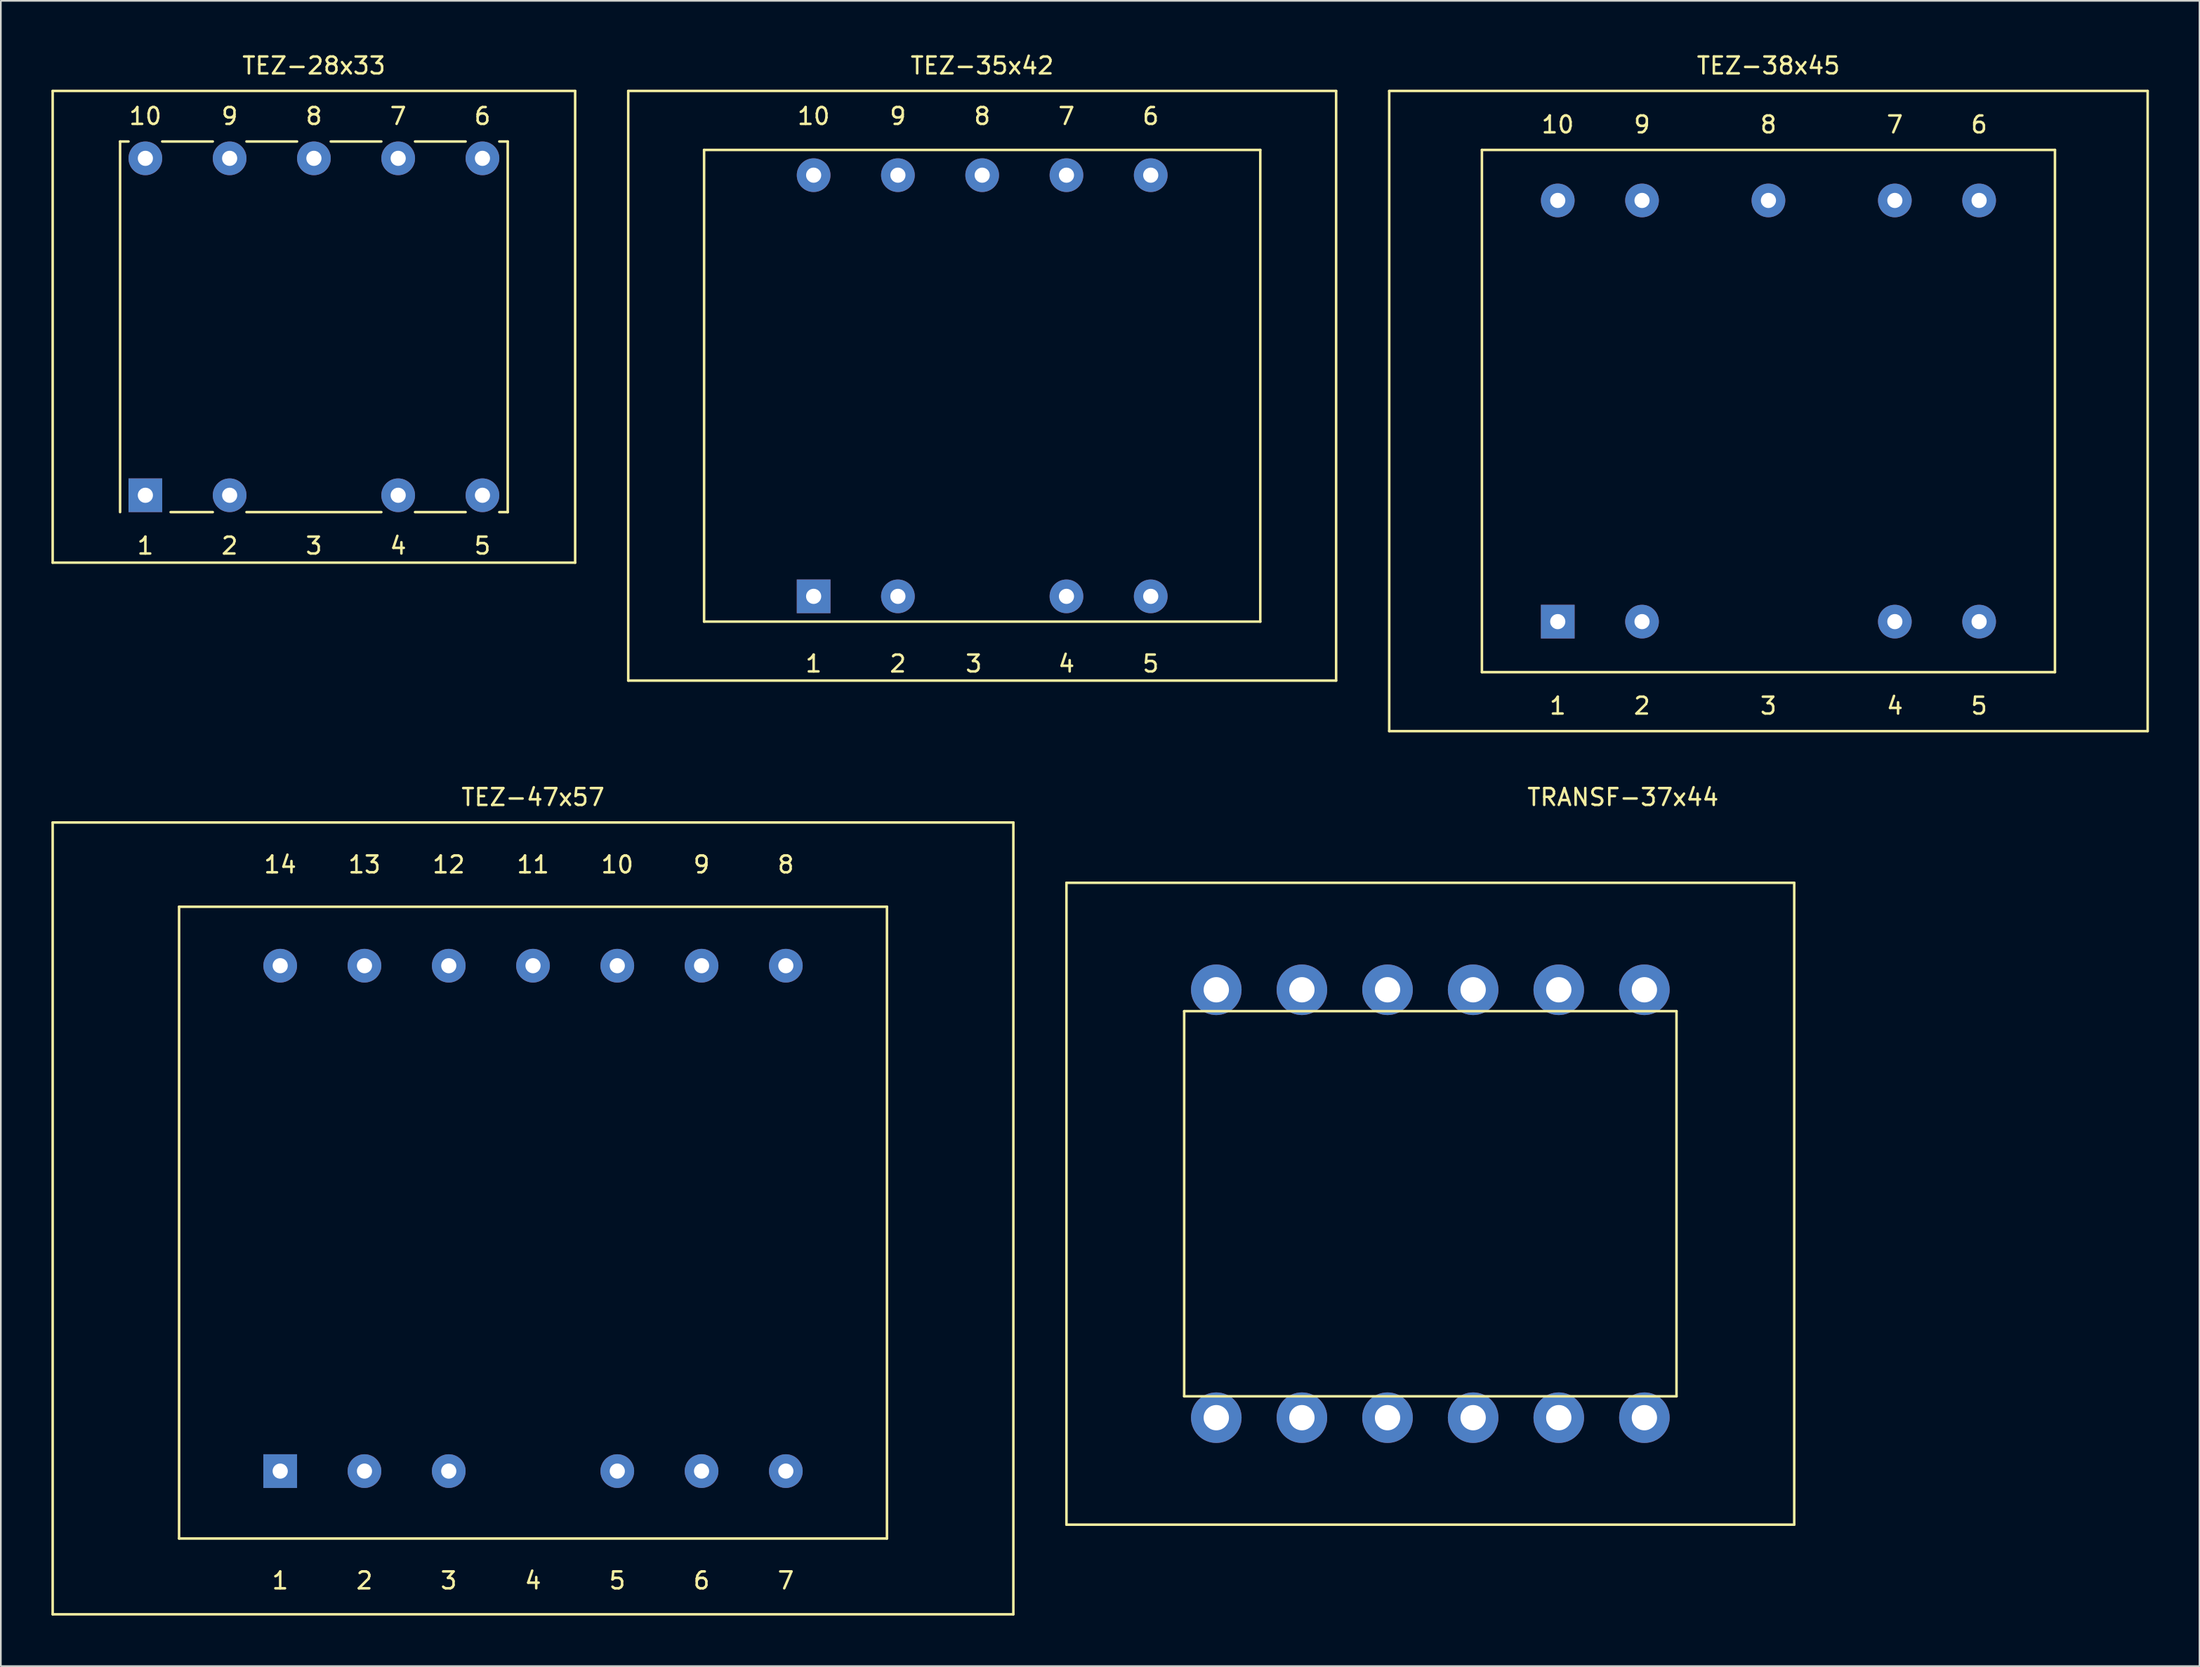
<source format=kicad_pcb>
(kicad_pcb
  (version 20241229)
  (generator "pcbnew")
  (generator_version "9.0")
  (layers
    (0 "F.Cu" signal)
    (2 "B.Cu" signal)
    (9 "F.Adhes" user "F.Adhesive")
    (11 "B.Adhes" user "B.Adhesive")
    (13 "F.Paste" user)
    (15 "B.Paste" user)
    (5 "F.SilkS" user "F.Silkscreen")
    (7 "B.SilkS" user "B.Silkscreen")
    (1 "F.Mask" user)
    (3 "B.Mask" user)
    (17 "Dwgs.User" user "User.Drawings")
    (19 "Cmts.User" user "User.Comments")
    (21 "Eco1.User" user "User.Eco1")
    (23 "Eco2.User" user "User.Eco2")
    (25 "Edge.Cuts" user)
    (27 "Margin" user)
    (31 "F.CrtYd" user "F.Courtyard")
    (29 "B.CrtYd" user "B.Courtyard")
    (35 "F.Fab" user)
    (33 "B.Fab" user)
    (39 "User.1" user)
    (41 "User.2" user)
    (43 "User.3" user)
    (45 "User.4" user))
  (footprint "TRANSF-37x44"
    (layer "F.Cu")
    (at 81.815 68.401)
    (property "Reference" "TRANSF-37x44" (at 11.43 -24.13 0) (layer "F.SilkS") (effects (font (size 1 1) (thickness 0.15))))
    (attr through_hole)
    (fp_line (start -21.59 -19.05) (end 21.59 -19.05) (stroke (width 0.15) (type solid)) (layer "F.SilkS"))
    (fp_line (start -21.59 19.05) (end -21.59 -19.05) (stroke (width 0.15) (type solid)) (layer "F.SilkS"))
    (fp_line (start -14.605 -11.43) (end 14.605 -11.43) (stroke (width 0.15) (type solid)) (layer "F.SilkS"))
    (fp_line (start -14.605 11.43) (end -14.605 -11.43) (stroke (width 0.15) (type solid)) (layer "F.SilkS"))
    (fp_line (start 14.605 -11.43) (end 14.605 11.43) (stroke (width 0.15) (type solid)) (layer "F.SilkS"))
    (fp_line (start 14.605 11.43) (end -14.605 11.43) (stroke (width 0.15) (type solid)) (layer "F.SilkS"))
    (fp_line (start 21.59 -19.05) (end 21.59 19.05) (stroke (width 0.15) (type solid)) (layer "F.SilkS"))
    (fp_line (start 21.59 19.05) (end -21.59 19.05) (stroke (width 0.15) (type solid)) (layer "F.SilkS"))
    (pad "" thru_hole circle (at -12.7 -12.7) (size 3 3) (drill 1.501) (layers "*.Cu" "*.Mask"))
    (pad "" thru_hole circle (at -7.62 12.7) (size 3 3) (drill 1.501) (layers "*.Cu" "*.Mask"))
    (pad "" thru_hole circle (at -2.54 -12.7) (size 3 3) (drill 1.501) (layers "*.Cu" "*.Mask"))
    (pad "" thru_hole circle (at 2.54 -12.7) (size 3 3) (drill 1.501) (layers "*.Cu" "*.Mask"))
    (pad "" thru_hole circle (at 2.54 12.7) (size 3 3) (drill 1.501) (layers "*.Cu" "*.Mask"))
    (pad "" thru_hole circle (at 7.62 -12.7) (size 3 3) (drill 1.501) (layers "*.Cu" "*.Mask"))
    (pad "" thru_hole circle (at 7.62 12.7) (size 3 3) (drill 1.501) (layers "*.Cu" "*.Mask"))
    (pad "" thru_hole circle (at 12.7 12.7) (size 3 3) (drill 1.501) (layers "*.Cu" "*.Mask"))
    (pad "1" thru_hole circle (at -7.62 -12.7) (size 3 3) (drill 1.501) (layers "*.Cu" "*.Mask"))
    (pad "2" thru_hole circle (at 12.7 -12.7) (size 3 3) (drill 1.501) (layers "*.Cu" "*.Mask"))
    (pad "3" thru_hole circle (at -2.54 12.7) (size 3 3) (drill 1.501) (layers "*.Cu" "*.Mask"))
    (pad "4" thru_hole circle (at -12.7 12.7) (size 3 3) (drill 1.501) (layers "*.Cu" "*.Mask")))
  (footprint "TEZ-38x45"
    (layer "F.Cu")
    (at 101.875 21.348)
    (property "Reference" "TEZ-38x45" (at 0 -20.5 0) (layer "F.SilkS") (effects (font (size 1 1) (thickness 0.15))))
    (attr through_hole)
    (fp_line (start -22.5 -19) (end 22.5 -19) (stroke (width 0.15) (type solid)) (layer "F.SilkS"))
    (fp_line (start -22.5 19) (end -22.5 -19) (stroke (width 0.15) (type solid)) (layer "F.SilkS"))
    (fp_line (start -17 -15.5) (end 17 -15.5) (stroke (width 0.15) (type solid)) (layer "F.SilkS"))
    (fp_line (start -17 15.5) (end -17 -15.5) (stroke (width 0.15) (type solid)) (layer "F.SilkS"))
    (fp_line (start 17 -15.5) (end 17 15.5) (stroke (width 0.15) (type solid)) (layer "F.SilkS"))
    (fp_line (start 17 15.5) (end -17 15.5) (stroke (width 0.15) (type solid)) (layer "F.SilkS"))
    (fp_line (start 22.5 -19) (end 22.5 19) (stroke (width 0.15) (type solid)) (layer "F.SilkS"))
    (fp_line (start 22.5 19) (end -22.5 19) (stroke (width 0.15) (type solid)) (layer "F.SilkS"))
    (fp_text user "9" (at -7.5 -17 0) (layer "F.SilkS") (effects (font (size 1 1) (thickness 0.15))))
    (fp_text user "7" (at 7.5 -17 0) (layer "F.SilkS") (effects (font (size 1 1) (thickness 0.15))))
    (fp_text user "6" (at 12.5 -17 0) (layer "F.SilkS") (effects (font (size 1 1) (thickness 0.15))))
    (fp_text user "8" (at 0 -17 0) (layer "F.SilkS") (effects (font (size 1 1) (thickness 0.15))))
    (fp_text user "10" (at -12.5 -17 0) (layer "F.SilkS") (effects (font (size 1 1) (thickness 0.15))))
    (fp_text user "4" (at 7.5 17.5 0) (layer "F.SilkS") (effects (font (size 1 1) (thickness 0.15))))
    (fp_text user "5" (at 12.5 17.5 0) (layer "F.SilkS") (effects (font (size 1 1) (thickness 0.15))))
    (fp_text user "2" (at -7.5 17.5 0) (layer "F.SilkS") (effects (font (size 1 1) (thickness 0.15))))
    (fp_text user "3" (at 0 17.5 0) (layer "F.SilkS") (effects (font (size 1 1) (thickness 0.15))))
    (fp_text user "1" (at -12.5 17.5 0) (layer "F.SilkS") (effects (font (size 1 1) (thickness 0.15))))
    (pad "1" thru_hole rect (at -12.5 12.5) (size 2 2) (drill 0.9) (layers "*.Cu" "*.Mask"))
    (pad "2" thru_hole circle (at -7.5 12.5) (size 2 2) (drill 0.9) (layers "*.Cu" "*.Mask"))
    (pad "4" thru_hole circle (at 7.5 12.5) (size 2 2) (drill 0.9) (layers "*.Cu" "*.Mask"))
    (pad "5" thru_hole circle (at 12.5 12.5) (size 2 2) (drill 0.9) (layers "*.Cu" "*.Mask"))
    (pad "6" thru_hole circle (at 12.5 -12.5) (size 2 2) (drill 0.9) (layers "*.Cu" "*.Mask"))
    (pad "7" thru_hole circle (at 7.5 -12.5) (size 2 2) (drill 0.9) (layers "*.Cu" "*.Mask"))
    (pad "8" thru_hole circle (at 0 -12.5) (size 2 2) (drill 0.9) (layers "*.Cu" "*.Mask"))
    (pad "9" thru_hole circle (at -7.5 -12.5) (size 2 2) (drill 0.9) (layers "*.Cu" "*.Mask"))
    (pad "10" thru_hole circle (at -12.5 -12.5) (size 2 2) (drill 0.9) (layers "*.Cu" "*.Mask")))
  (footprint "TEZ-35x42"
    (layer "F.Cu")
    (at 55.225 19.848)
    (property "Reference" "TEZ-35x42" (at 0 -19 0) (layer "F.SilkS") (effects (font (size 1 1) (thickness 0.15))))
    (attr through_hole)
    (fp_line (start -21 -17.5) (end 21 -17.5) (stroke (width 0.15) (type solid)) (layer "F.SilkS"))
    (fp_line (start -21 17.5) (end -21 -17.5) (stroke (width 0.15) (type solid)) (layer "F.SilkS"))
    (fp_line (start -16.5 -14) (end 16.5 -14) (stroke (width 0.15) (type solid)) (layer "F.SilkS"))
    (fp_line (start -16.5 14) (end -16.5 -14) (stroke (width 0.15) (type solid)) (layer "F.SilkS"))
    (fp_line (start 16.5 -14) (end 16.5 14) (stroke (width 0.15) (type solid)) (layer "F.SilkS"))
    (fp_line (start 16.5 14) (end -16.5 14) (stroke (width 0.15) (type solid)) (layer "F.SilkS"))
    (fp_line (start 21 -17.5) (end 21 17.5) (stroke (width 0.15) (type solid)) (layer "F.SilkS"))
    (fp_line (start 21 17.5) (end -21 17.5) (stroke (width 0.15) (type solid)) (layer "F.SilkS"))
    (fp_text user "10" (at -10 -16 0) (layer "F.SilkS") (effects (font (size 1 1) (thickness 0.15))))
    (fp_text user "6" (at 10 -16 0) (layer "F.SilkS") (effects (font (size 1 1) (thickness 0.15))))
    (fp_text user "3" (at -0.5 16.5 0) (layer "F.SilkS") (effects (font (size 1 1) (thickness 0.15))))
    (fp_text user "1" (at -10 16.5 0) (layer "F.SilkS") (effects (font (size 1 1) (thickness 0.15))))
    (fp_text user "5" (at 10 16.5 0) (layer "F.SilkS") (effects (font (size 1 1) (thickness 0.15))))
    (fp_text user "2" (at -5 16.5 0) (layer "F.SilkS") (effects (font (size 1 1) (thickness 0.15))))
    (fp_text user "7" (at 5 -16 0) (layer "F.SilkS") (effects (font (size 1 1) (thickness 0.15))))
    (fp_text user "8" (at 0 -16 0) (layer "F.SilkS") (effects (font (size 1 1) (thickness 0.15))))
    (fp_text user "9" (at -5 -16 0) (layer "F.SilkS") (effects (font (size 1 1) (thickness 0.15))))
    (fp_text user "4" (at 5 16.5 0) (layer "F.SilkS") (effects (font (size 1 1) (thickness 0.15))))
    (pad "1" thru_hole rect (at -10 12.5) (size 2 2) (drill 0.9) (layers "*.Cu" "*.Mask"))
    (pad "2" thru_hole circle (at -5 12.5) (size 2 2) (drill 0.9) (layers "*.Cu" "*.Mask"))
    (pad "4" thru_hole circle (at 5 12.5) (size 2 2) (drill 0.9) (layers "*.Cu" "*.Mask"))
    (pad "5" thru_hole circle (at 10 12.5) (size 2 2) (drill 0.9) (layers "*.Cu" "*.Mask"))
    (pad "6" thru_hole circle (at 10 -12.5) (size 2 2) (drill 0.9) (layers "*.Cu" "*.Mask"))
    (pad "7" thru_hole circle (at 5 -12.5) (size 2 2) (drill 0.9) (layers "*.Cu" "*.Mask"))
    (pad "8" thru_hole circle (at 0 -12.5) (size 2 2) (drill 0.9) (layers "*.Cu" "*.Mask"))
    (pad "9" thru_hole circle (at -5 -12.5) (size 2 2) (drill 0.9) (layers "*.Cu" "*.Mask"))
    (pad "10" thru_hole circle (at -10 -12.5) (size 2 2) (drill 0.9) (layers "*.Cu" "*.Mask")))
  (footprint "TEZ-28x33"
    (layer "F.Cu")
    (at 15.575 16.348)
    (property "Reference" "TEZ-28x33" (at 0 -15.5 0) (layer "F.SilkS") (effects (font (size 1 1) (thickness 0.15))))
    (attr through_hole)
    (fp_line (start -15.5 -14) (end 15.5 -14) (stroke (width 0.15) (type solid)) (layer "F.SilkS"))
    (fp_line (start -15.5 14) (end -15.5 -14) (stroke (width 0.15) (type solid)) (layer "F.SilkS"))
    (fp_line (start -11.5 -11) (end -11.5 11) (stroke (width 0.15) (type solid)) (layer "F.SilkS"))
    (fp_line (start -11 -11) (end -11.5 -11) (stroke (width 0.15) (type solid)) (layer "F.SilkS"))
    (fp_line (start -8.5 11) (end -6 11) (stroke (width 0.15) (type solid)) (layer "F.SilkS"))
    (fp_line (start -6 -11) (end -9 -11) (stroke (width 0.15) (type solid)) (layer "F.SilkS"))
    (fp_line (start -4 11) (end 4 11) (stroke (width 0.15) (type solid)) (layer "F.SilkS"))
    (fp_line (start -1 -11) (end -4 -11) (stroke (width 0.15) (type solid)) (layer "F.SilkS"))
    (fp_line (start 4 -11) (end 1 -11) (stroke (width 0.15) (type solid)) (layer "F.SilkS"))
    (fp_line (start 6 11) (end 9 11) (stroke (width 0.15) (type solid)) (layer "F.SilkS"))
    (fp_line (start 9 -11) (end 6 -11) (stroke (width 0.15) (type solid)) (layer "F.SilkS"))
    (fp_line (start 11 11) (end 11.5 11) (stroke (width 0.15) (type solid)) (layer "F.SilkS"))
    (fp_line (start 11.5 -11) (end 11 -11) (stroke (width 0.15) (type solid)) (layer "F.SilkS"))
    (fp_line (start 11.5 11) (end 11.5 -11) (stroke (width 0.15) (type solid)) (layer "F.SilkS"))
    (fp_line (start 15.5 -14) (end 15.5 14) (stroke (width 0.15) (type solid)) (layer "F.SilkS"))
    (fp_line (start 15.5 14) (end -15.5 14) (stroke (width 0.15) (type solid)) (layer "F.SilkS"))
    (fp_text user "1" (at -10 13 0) (layer "F.SilkS") (effects (font (size 1 1) (thickness 0.15))))
    (fp_text user "6" (at 10 -12.5 0) (layer "F.SilkS") (effects (font (size 1 1) (thickness 0.15))))
    (fp_text user "7" (at 5 -12.5 0) (layer "F.SilkS") (effects (font (size 1 1) (thickness 0.15))))
    (fp_text user "4" (at 5 13 0) (layer "F.SilkS") (effects (font (size 1 1) (thickness 0.15))))
    (fp_text user "9" (at -5 -12.5 0) (layer "F.SilkS") (effects (font (size 1 1) (thickness 0.15))))
    (fp_text user "8" (at 0 -12.5 0) (layer "F.SilkS") (effects (font (size 1 1) (thickness 0.15))))
    (fp_text user "2" (at -5 13 0) (layer "F.SilkS") (effects (font (size 1 1) (thickness 0.15))))
    (fp_text user "3" (at 0 13 0) (layer "F.SilkS") (effects (font (size 1 1) (thickness 0.15))))
    (fp_text user "5" (at 10 13 0) (layer "F.SilkS") (effects (font (size 1 1) (thickness 0.15))))
    (fp_text user "10" (at -10 -12.5 0) (layer "F.SilkS") (effects (font (size 1 1) (thickness 0.15))))
    (pad "1" thru_hole rect (at -10 10) (size 2 2) (drill 0.9) (layers "*.Cu" "*.Mask"))
    (pad "2" thru_hole circle (at -5 10) (size 2 2) (drill 0.9) (layers "*.Cu" "*.Mask"))
    (pad "4" thru_hole circle (at 5 10) (size 2 2) (drill 0.9) (layers "*.Cu" "*.Mask"))
    (pad "5" thru_hole circle (at 10 10) (size 2 2) (drill 0.9) (layers "*.Cu" "*.Mask"))
    (pad "6" thru_hole circle (at 10 -10) (size 2 2) (drill 0.9) (layers "*.Cu" "*.Mask"))
    (pad "7" thru_hole circle (at 5 -10) (size 2 2) (drill 0.9) (layers "*.Cu" "*.Mask"))
    (pad "8" thru_hole circle (at 0 -10) (size 2 2) (drill 0.9) (layers "*.Cu" "*.Mask"))
    (pad "9" thru_hole circle (at -5 -10) (size 2 2) (drill 0.9) (layers "*.Cu" "*.Mask"))
    (pad "10" thru_hole circle (at -10 -10) (size 2 2) (drill 0.9) (layers "*.Cu" "*.Mask")))
  (footprint "TEZ-47x57"
    (layer "F.Cu")
    (at 28.575 69.272)
    (property "Reference" "TEZ-47x57" (at 0 -25 0) (layer "F.SilkS") (effects (font (size 1 1) (thickness 0.15))))
    (attr through_hole)
    (fp_line (start -28.5 -23.5) (end -28.5 23.5) (stroke (width 0.15) (type solid)) (layer "F.SilkS"))
    (fp_line (start -28.5 -23.5) (end 28.5 -23.5) (stroke (width 0.15) (type solid)) (layer "F.SilkS"))
    (fp_line (start -21 -18.5) (end -21 19) (stroke (width 0.15) (type solid)) (layer "F.SilkS"))
    (fp_line (start -21 19) (end 21 19) (stroke (width 0.15) (type solid)) (layer "F.SilkS"))
    (fp_line (start 21 -18.5) (end -21 -18.5) (stroke (width 0.15) (type solid)) (layer "F.SilkS"))
    (fp_line (start 21 19) (end 21 -18.5) (stroke (width 0.15) (type solid)) (layer "F.SilkS"))
    (fp_line (start 28.5 -23.5) (end 28.5 23.5) (stroke (width 0.15) (type solid)) (layer "F.SilkS"))
    (fp_line (start 28.5 23.5) (end -28.5 23.5) (stroke (width 0.15) (type solid)) (layer "F.SilkS"))
    (fp_text user "13" (at -10 -21 0) (layer "F.SilkS") (effects (font (size 1 1) (thickness 0.15))))
    (fp_text user "2" (at -10 21.5 0) (layer "F.SilkS") (effects (font (size 1 1) (thickness 0.15))))
    (fp_text user "4" (at 0 21.5 0) (layer "F.SilkS") (effects (font (size 1 1) (thickness 0.15))))
    (fp_text user "1" (at -15 21.5 0) (layer "F.SilkS") (effects (font (size 1 1) (thickness 0.15))))
    (fp_text user "7" (at 15 21.5 0) (layer "F.SilkS") (effects (font (size 1 1) (thickness 0.15))))
    (fp_text user "8" (at 15 -21 0) (layer "F.SilkS") (effects (font (size 1 1) (thickness 0.15))))
    (fp_text user "3" (at -5 21.5 0) (layer "F.SilkS") (effects (font (size 1 1) (thickness 0.15))))
    (fp_text user "5" (at 5 21.5 0) (layer "F.SilkS") (effects (font (size 1 1) (thickness 0.15))))
    (fp_text user "11" (at 0 -21 0) (layer "F.SilkS") (effects (font (size 1 1) (thickness 0.15))))
    (fp_text user "6" (at 10 21.5 0) (layer "F.SilkS") (effects (font (size 1 1) (thickness 0.15))))
    (fp_text user "10" (at 5 -21 0) (layer "F.SilkS") (effects (font (size 1 1) (thickness 0.15))))
    (fp_text user "9" (at 10 -21 0) (layer "F.SilkS") (effects (font (size 1 1) (thickness 0.15))))
    (fp_text user "14" (at -15 -21 0) (layer "F.SilkS") (effects (font (size 1 1) (thickness 0.15))))
    (fp_text user "12" (at -5 -21 0) (layer "F.SilkS") (effects (font (size 1 1) (thickness 0.15))))
    (pad "1" thru_hole rect (at -15 15) (size 2 2) (drill 0.9) (layers "*.Cu" "*.Mask"))
    (pad "2" thru_hole circle (at -10 15) (size 2 2) (drill 0.9) (layers "*.Cu" "*.Mask"))
    (pad "3" thru_hole circle (at -5 15) (size 2 2) (drill 0.9) (layers "*.Cu" "*.Mask"))
    (pad "5" thru_hole circle (at 5 15) (size 2 2) (drill 0.9) (layers "*.Cu" "*.Mask"))
    (pad "6" thru_hole circle (at 10 15) (size 2 2) (drill 0.9) (layers "*.Cu" "*.Mask"))
    (pad "7" thru_hole circle (at 15 15) (size 2 2) (drill 0.9) (layers "*.Cu" "*.Mask"))
    (pad "8" thru_hole circle (at 15 -15) (size 2 2) (drill 0.9) (layers "*.Cu" "*.Mask"))
    (pad "9" thru_hole circle (at 10 -15) (size 2 2) (drill 0.9) (layers "*.Cu" "*.Mask"))
    (pad "10" thru_hole circle (at 5 -15) (size 2 2) (drill 0.9) (layers "*.Cu" "*.Mask"))
    (pad "11" thru_hole circle (at 0 -15) (size 2 2) (drill 0.9) (layers "*.Cu" "*.Mask"))
    (pad "12" thru_hole circle (at -5 -15) (size 2 2) (drill 0.9) (layers "*.Cu" "*.Mask"))
    (pad "13" thru_hole circle (at -10 -15) (size 2 2) (drill 0.9) (layers "*.Cu" "*.Mask"))
    (pad "14" thru_hole circle (at -15 -15) (size 2 2) (drill 0.9) (layers "*.Cu" "*.Mask")))
  (gr_rect
    (start -3 -3)
    (end 127.45 95.847)
    (stroke (width 0.1) (type default))
    (fill no)
    (layer "Edge.Cuts")))
</source>
